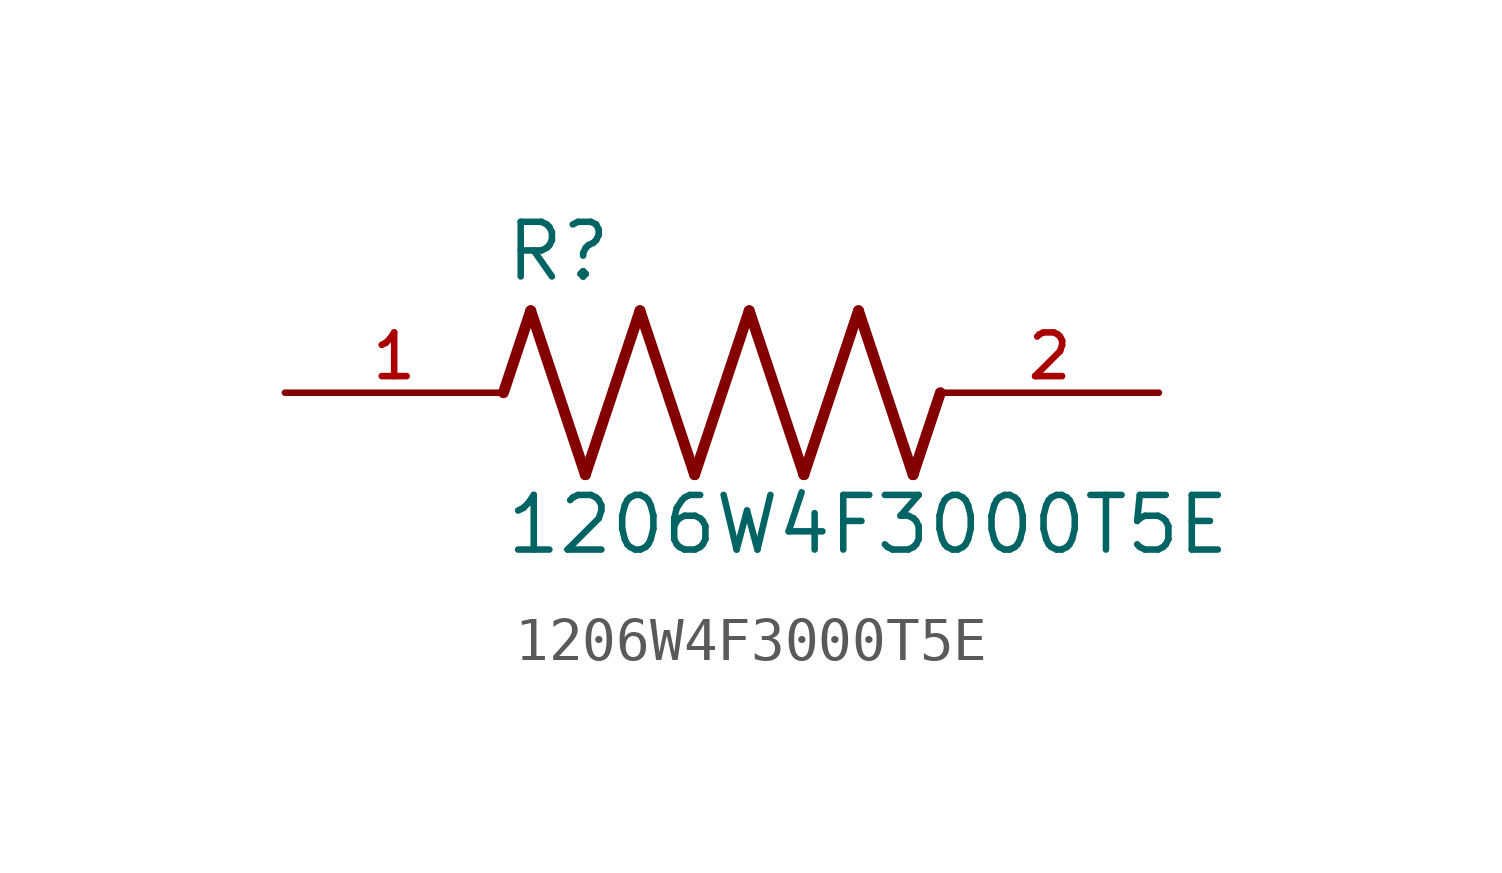
<source format=kicad_sym>
(kicad_symbol_lib
  (version 20211014)
  (generator kicad_symbol_editor)
  (symbol "1206W4F3000T5E"
    (pin_names
      (offset 1.016))
    (property "Reference" "R"
      (at -5.08 2.54 0)
      (effects (font (size 1.27 1.27)) (justify bottom left)))
    (property "Value" "1206W4F3000T5E"
      (at -5.08 -3.81 0)
      (effects (font (size 1.27 1.27)) (justify bottom left)))
    (symbol "1206W4F3000T5E_0_0"
      (polyline (pts (xy -5.08 0.0) (xy -4.445 1.905)) (stroke (width 0.254)))
      (polyline (pts (xy -4.445 1.905) (xy -3.175 -1.905)) (stroke (width 0.254)))
      (polyline (pts (xy -3.175 -1.905) (xy -1.905 1.905)) (stroke (width 0.254)))
      (polyline (pts (xy -1.905 1.905) (xy -0.635 -1.905)) (stroke (width 0.254)))
      (polyline (pts (xy -0.635 -1.905) (xy 0.635 1.905)) (stroke (width 0.254)))
      (polyline (pts (xy 0.635 1.905) (xy 1.905 -1.905)) (stroke (width 0.254)))
      (polyline (pts (xy 1.905 -1.905) (xy 3.175 1.905)) (stroke (width 0.254)))
      (polyline (pts (xy 3.175 1.905) (xy 4.445 -1.905)) (stroke (width 0.254)))
      (polyline (pts (xy 4.445 -1.905) (xy 5.08 0.0)) (stroke (width 0.254)))
      (pin passive line (at -10.16 0.0 0) (length 5.08) (name "~" (effects (font (size 1.016 1.016)))) (number "1" (effects (font (size 1.016 1.016)))))
      (pin passive line (at 10.16 0.0 180.0) (length 5.08) (name "~" (effects (font (size 1.016 1.016)))) (number "2" (effects (font (size 1.016 1.016))))))))
</source>
